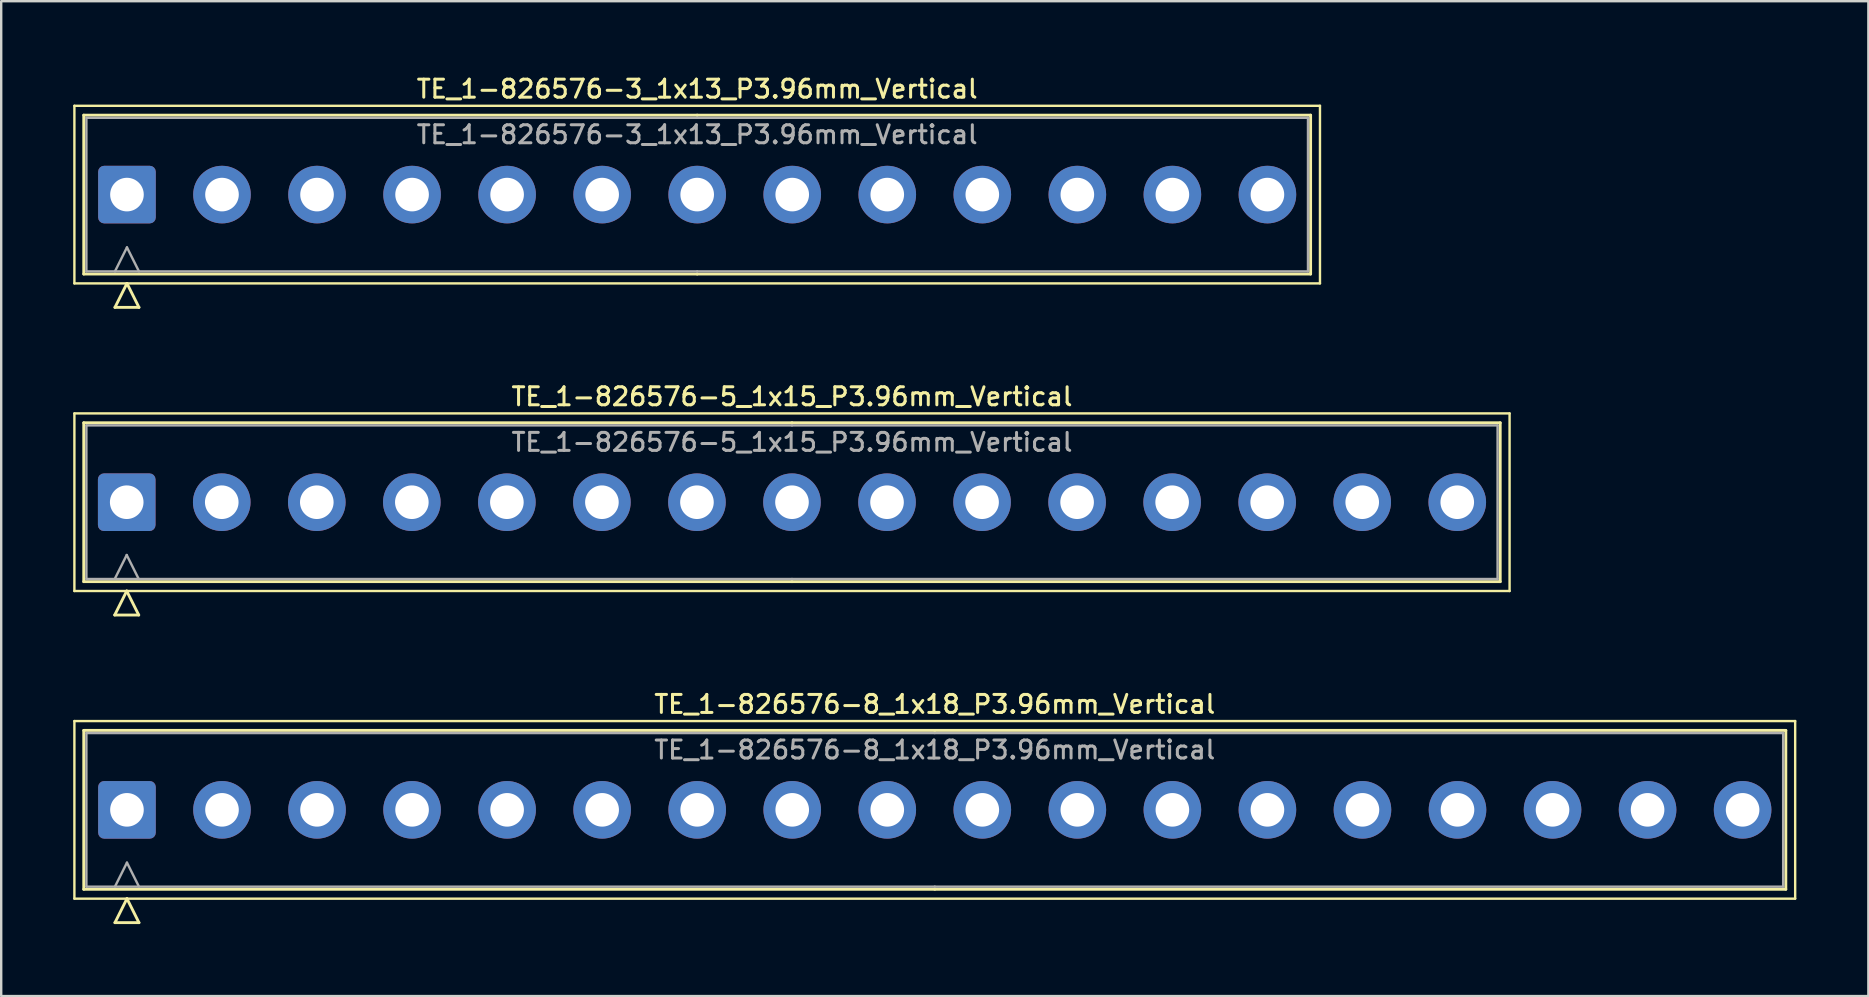
<source format=kicad_pcb>
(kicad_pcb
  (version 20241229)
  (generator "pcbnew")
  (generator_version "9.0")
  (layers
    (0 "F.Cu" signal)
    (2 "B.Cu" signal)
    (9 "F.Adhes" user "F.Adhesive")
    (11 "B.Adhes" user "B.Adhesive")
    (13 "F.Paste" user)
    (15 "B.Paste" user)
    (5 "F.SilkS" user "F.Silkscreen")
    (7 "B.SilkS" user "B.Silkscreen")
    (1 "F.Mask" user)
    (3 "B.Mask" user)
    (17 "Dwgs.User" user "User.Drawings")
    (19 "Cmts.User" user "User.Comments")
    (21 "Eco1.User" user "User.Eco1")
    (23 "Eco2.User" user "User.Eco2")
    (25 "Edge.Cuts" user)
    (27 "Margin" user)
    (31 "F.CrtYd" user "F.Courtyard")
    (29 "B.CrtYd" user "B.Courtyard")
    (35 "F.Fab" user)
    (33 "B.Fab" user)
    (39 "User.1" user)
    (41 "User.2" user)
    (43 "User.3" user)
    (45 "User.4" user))
  (footprint "TE_1-826576-3_1x13_P3.96mm_Vertical"
    (layer "F.Cu")
    (at 2.24 5.058)
    (property "Reference" "TE_1-826576-3_1x13_P3.96mm_Vertical" (at 23.76 -4.4 0) (layer "F.SilkS") (effects (font (size 0.75 0.75) (thickness 0.125))))
    (attr through_hole)
    (fp_line (start -2.19 -3.7) (end -2.19 3.7) (stroke (width 0.1) (type solid)) (layer "F.SilkS"))
    (fp_line (start -2.19 3.7) (end 49.71 3.7) (stroke (width 0.1) (type solid)) (layer "F.SilkS"))
    (fp_line (start -1.8 -3.31) (end -1.8 3.31) (stroke (width 0.12) (type solid)) (layer "F.SilkS"))
    (fp_line (start -1.8 3.31) (end 23.76 3.31) (stroke (width 0.12) (type solid)) (layer "F.SilkS"))
    (fp_line (start -0.5 4.7) (end 0 3.7) (stroke (width 0.12) (type solid)) (layer "F.SilkS"))
    (fp_line (start 0 3.7) (end 0.5 4.7) (stroke (width 0.12) (type solid)) (layer "F.SilkS"))
    (fp_line (start 0.5 4.7) (end -0.5 4.7) (stroke (width 0.12) (type solid)) (layer "F.SilkS"))
    (fp_line (start 23.76 -3.31) (end -1.8 -3.31) (stroke (width 0.12) (type solid)) (layer "F.SilkS"))
    (fp_line (start 23.76 -3.31) (end 49.32 -3.31) (stroke (width 0.12) (type solid)) (layer "F.SilkS"))
    (fp_line (start 49.32 -3.31) (end 49.32 3.31) (stroke (width 0.12) (type solid)) (layer "F.SilkS"))
    (fp_line (start 49.32 3.31) (end 23.76 3.31) (stroke (width 0.12) (type solid)) (layer "F.SilkS"))
    (fp_line (start 49.71 -3.7) (end -2.19 -3.7) (stroke (width 0.1) (type solid)) (layer "F.SilkS"))
    (fp_line (start 49.71 3.7) (end 49.71 -3.7) (stroke (width 0.1) (type solid)) (layer "F.SilkS"))
    (fp_line (start -1.69 -3.2) (end -1.69 3.2) (stroke (width 0.1) (type solid)) (layer "F.Fab"))
    (fp_line (start -1.69 3.2) (end 23.76 3.2) (stroke (width 0.1) (type solid)) (layer "F.Fab"))
    (fp_line (start -0.5 3.2) (end 0 2.2) (stroke (width 0.1) (type solid)) (layer "F.Fab"))
    (fp_line (start 0 2.2) (end 0.5 3.2) (stroke (width 0.1) (type solid)) (layer "F.Fab"))
    (fp_line (start 23.76 -3.2) (end -1.69 -3.2) (stroke (width 0.1) (type solid)) (layer "F.Fab"))
    (fp_line (start 23.76 -3.2) (end 49.21 -3.2) (stroke (width 0.1) (type solid)) (layer "F.Fab"))
    (fp_line (start 49.21 -3.2) (end 49.21 3.2) (stroke (width 0.1) (type solid)) (layer "F.Fab"))
    (fp_line (start 49.21 3.2) (end 23.76 3.2) (stroke (width 0.1) (type solid)) (layer "F.Fab"))
    (fp_text user "${REFERENCE}" (at 23.76 -2.5 0) (layer "F.Fab") (effects (font (size 0.75 0.75) (thickness 0.125))))
    (pad "1" thru_hole roundrect (at 0 0) (size 2.4 2.4) (drill 1.4) (layers "*.Cu" "*.Mask") (roundrect_rratio 0.104))
    (pad "2" thru_hole circle (at 3.96 0) (size 2.4 2.4) (drill 1.4) (layers "*.Cu" "*.Mask"))
    (pad "3" thru_hole circle (at 7.92 0) (size 2.4 2.4) (drill 1.4) (layers "*.Cu" "*.Mask"))
    (pad "4" thru_hole circle (at 11.88 0) (size 2.4 2.4) (drill 1.4) (layers "*.Cu" "*.Mask"))
    (pad "5" thru_hole circle (at 15.84 0) (size 2.4 2.4) (drill 1.4) (layers "*.Cu" "*.Mask"))
    (pad "6" thru_hole circle (at 19.8 0) (size 2.4 2.4) (drill 1.4) (layers "*.Cu" "*.Mask"))
    (pad "7" thru_hole circle (at 23.76 0) (size 2.4 2.4) (drill 1.4) (layers "*.Cu" "*.Mask"))
    (pad "8" thru_hole circle (at 27.72 0) (size 2.4 2.4) (drill 1.4) (layers "*.Cu" "*.Mask"))
    (pad "9" thru_hole circle (at 31.68 0) (size 2.4 2.4) (drill 1.4) (layers "*.Cu" "*.Mask"))
    (pad "10" thru_hole circle (at 35.64 0) (size 2.4 2.4) (drill 1.4) (layers "*.Cu" "*.Mask"))
    (pad "11" thru_hole circle (at 39.6 0) (size 2.4 2.4) (drill 1.4) (layers "*.Cu" "*.Mask"))
    (pad "12" thru_hole circle (at 43.56 0) (size 2.4 2.4) (drill 1.4) (layers "*.Cu" "*.Mask"))
    (pad "13" thru_hole circle (at 47.52 0) (size 2.4 2.4) (drill 1.4) (layers "*.Cu" "*.Mask")))
  (footprint "TE_1-826576-8_1x18_P3.96mm_Vertical"
    (layer "F.Cu")
    (at 2.24 30.694)
    (property "Reference" "TE_1-826576-8_1x18_P3.96mm_Vertical" (at 33.66 -4.4 0) (layer "F.SilkS") (effects (font (size 0.75 0.75) (thickness 0.125))))
    (attr through_hole)
    (fp_line (start -2.19 -3.7) (end -2.19 3.7) (stroke (width 0.1) (type solid)) (layer "F.SilkS"))
    (fp_line (start -2.19 3.7) (end 69.51 3.7) (stroke (width 0.1) (type solid)) (layer "F.SilkS"))
    (fp_line (start -1.8 -3.31) (end -1.8 3.31) (stroke (width 0.12) (type solid)) (layer "F.SilkS"))
    (fp_line (start -1.8 3.31) (end 33.66 3.31) (stroke (width 0.12) (type solid)) (layer "F.SilkS"))
    (fp_line (start -0.5 4.7) (end 0 3.7) (stroke (width 0.12) (type solid)) (layer "F.SilkS"))
    (fp_line (start 0 3.7) (end 0.5 4.7) (stroke (width 0.12) (type solid)) (layer "F.SilkS"))
    (fp_line (start 0.5 4.7) (end -0.5 4.7) (stroke (width 0.12) (type solid)) (layer "F.SilkS"))
    (fp_line (start 33.66 -3.31) (end -1.8 -3.31) (stroke (width 0.12) (type solid)) (layer "F.SilkS"))
    (fp_line (start 33.66 -3.31) (end 69.12 -3.31) (stroke (width 0.12) (type solid)) (layer "F.SilkS"))
    (fp_line (start 69.12 -3.31) (end 69.12 3.31) (stroke (width 0.12) (type solid)) (layer "F.SilkS"))
    (fp_line (start 69.12 3.31) (end 33.66 3.31) (stroke (width 0.12) (type solid)) (layer "F.SilkS"))
    (fp_line (start 69.51 -3.7) (end -2.19 -3.7) (stroke (width 0.1) (type solid)) (layer "F.SilkS"))
    (fp_line (start 69.51 3.7) (end 69.51 -3.7) (stroke (width 0.1) (type solid)) (layer "F.SilkS"))
    (fp_line (start -1.69 -3.2) (end -1.69 3.2) (stroke (width 0.1) (type solid)) (layer "F.Fab"))
    (fp_line (start -1.69 3.2) (end 33.66 3.2) (stroke (width 0.1) (type solid)) (layer "F.Fab"))
    (fp_line (start -0.5 3.2) (end 0 2.2) (stroke (width 0.1) (type solid)) (layer "F.Fab"))
    (fp_line (start 0 2.2) (end 0.5 3.2) (stroke (width 0.1) (type solid)) (layer "F.Fab"))
    (fp_line (start 33.66 -3.2) (end -1.69 -3.2) (stroke (width 0.1) (type solid)) (layer "F.Fab"))
    (fp_line (start 33.66 -3.2) (end 69.01 -3.2) (stroke (width 0.1) (type solid)) (layer "F.Fab"))
    (fp_line (start 69.01 -3.2) (end 69.01 3.2) (stroke (width 0.1) (type solid)) (layer "F.Fab"))
    (fp_line (start 69.01 3.2) (end 33.66 3.2) (stroke (width 0.1) (type solid)) (layer "F.Fab"))
    (fp_text user "${REFERENCE}" (at 33.66 -2.5 0) (layer "F.Fab") (effects (font (size 0.75 0.75) (thickness 0.125))))
    (pad "1" thru_hole roundrect (at 0 0) (size 2.4 2.4) (drill 1.4) (layers "*.Cu" "*.Mask") (roundrect_rratio 0.104))
    (pad "2" thru_hole circle (at 3.96 0) (size 2.4 2.4) (drill 1.4) (layers "*.Cu" "*.Mask"))
    (pad "3" thru_hole circle (at 7.92 0) (size 2.4 2.4) (drill 1.4) (layers "*.Cu" "*.Mask"))
    (pad "4" thru_hole circle (at 11.88 0) (size 2.4 2.4) (drill 1.4) (layers "*.Cu" "*.Mask"))
    (pad "5" thru_hole circle (at 15.84 0) (size 2.4 2.4) (drill 1.4) (layers "*.Cu" "*.Mask"))
    (pad "6" thru_hole circle (at 19.8 0) (size 2.4 2.4) (drill 1.4) (layers "*.Cu" "*.Mask"))
    (pad "7" thru_hole circle (at 23.76 0) (size 2.4 2.4) (drill 1.4) (layers "*.Cu" "*.Mask"))
    (pad "8" thru_hole circle (at 27.72 0) (size 2.4 2.4) (drill 1.4) (layers "*.Cu" "*.Mask"))
    (pad "9" thru_hole circle (at 31.68 0) (size 2.4 2.4) (drill 1.4) (layers "*.Cu" "*.Mask"))
    (pad "10" thru_hole circle (at 35.64 0) (size 2.4 2.4) (drill 1.4) (layers "*.Cu" "*.Mask"))
    (pad "11" thru_hole circle (at 39.6 0) (size 2.4 2.4) (drill 1.4) (layers "*.Cu" "*.Mask"))
    (pad "12" thru_hole circle (at 43.56 0) (size 2.4 2.4) (drill 1.4) (layers "*.Cu" "*.Mask"))
    (pad "13" thru_hole circle (at 47.52 0) (size 2.4 2.4) (drill 1.4) (layers "*.Cu" "*.Mask"))
    (pad "14" thru_hole circle (at 51.48 0) (size 2.4 2.4) (drill 1.4) (layers "*.Cu" "*.Mask"))
    (pad "15" thru_hole circle (at 55.44 0) (size 2.4 2.4) (drill 1.4) (layers "*.Cu" "*.Mask"))
    (pad "16" thru_hole circle (at 59.4 0) (size 2.4 2.4) (drill 1.4) (layers "*.Cu" "*.Mask"))
    (pad "17" thru_hole circle (at 63.36 0) (size 2.4 2.4) (drill 1.4) (layers "*.Cu" "*.Mask"))
    (pad "18" thru_hole circle (at 67.32 0) (size 2.4 2.4) (drill 1.4) (layers "*.Cu" "*.Mask")))
  (footprint "TE_1-826576-5_1x15_P3.96mm_Vertical"
    (layer "F.Cu")
    (at 2.23 17.876)
    (property "Reference" "TE_1-826576-5_1x15_P3.96mm_Vertical" (at 27.72 -4.4 0) (layer "F.SilkS") (effects (font (size 0.75 0.75) (thickness 0.125))))
    (attr through_hole)
    (fp_line (start -2.18 -3.7) (end -2.18 3.7) (stroke (width 0.1) (type solid)) (layer "F.SilkS"))
    (fp_line (start -2.18 3.7) (end 57.62 3.7) (stroke (width 0.1) (type solid)) (layer "F.SilkS"))
    (fp_line (start -1.79 -3.31) (end -1.79 3.31) (stroke (width 0.12) (type solid)) (layer "F.SilkS"))
    (fp_line (start -1.79 3.31) (end 27.72 3.31) (stroke (width 0.12) (type solid)) (layer "F.SilkS"))
    (fp_line (start -0.5 4.7) (end 0 3.7) (stroke (width 0.12) (type solid)) (layer "F.SilkS"))
    (fp_line (start 0 3.7) (end 0.5 4.7) (stroke (width 0.12) (type solid)) (layer "F.SilkS"))
    (fp_line (start 0.5 4.7) (end -0.5 4.7) (stroke (width 0.12) (type solid)) (layer "F.SilkS"))
    (fp_line (start 27.72 -3.31) (end -1.79 -3.31) (stroke (width 0.12) (type solid)) (layer "F.SilkS"))
    (fp_line (start 27.72 -3.31) (end 57.23 -3.31) (stroke (width 0.12) (type solid)) (layer "F.SilkS"))
    (fp_line (start 57.23 -3.31) (end 57.23 3.31) (stroke (width 0.12) (type solid)) (layer "F.SilkS"))
    (fp_line (start 57.23 3.31) (end 27.72 3.31) (stroke (width 0.12) (type solid)) (layer "F.SilkS"))
    (fp_line (start 57.62 -3.7) (end -2.18 -3.7) (stroke (width 0.1) (type solid)) (layer "F.SilkS"))
    (fp_line (start 57.62 3.7) (end 57.62 -3.7) (stroke (width 0.1) (type solid)) (layer "F.SilkS"))
    (fp_line (start -1.68 -3.2) (end -1.68 3.2) (stroke (width 0.1) (type solid)) (layer "F.Fab"))
    (fp_line (start -1.68 3.2) (end 27.72 3.2) (stroke (width 0.1) (type solid)) (layer "F.Fab"))
    (fp_line (start -0.5 3.2) (end 0 2.2) (stroke (width 0.1) (type solid)) (layer "F.Fab"))
    (fp_line (start 0 2.2) (end 0.5 3.2) (stroke (width 0.1) (type solid)) (layer "F.Fab"))
    (fp_line (start 27.72 -3.2) (end -1.68 -3.2) (stroke (width 0.1) (type solid)) (layer "F.Fab"))
    (fp_line (start 27.72 -3.2) (end 57.12 -3.2) (stroke (width 0.1) (type solid)) (layer "F.Fab"))
    (fp_line (start 57.12 -3.2) (end 57.12 3.2) (stroke (width 0.1) (type solid)) (layer "F.Fab"))
    (fp_line (start 57.12 3.2) (end 27.72 3.2) (stroke (width 0.1) (type solid)) (layer "F.Fab"))
    (fp_text user "${REFERENCE}" (at 27.72 -2.5 0) (layer "F.Fab") (effects (font (size 0.75 0.75) (thickness 0.125))))
    (pad "1" thru_hole roundrect (at 0 0) (size 2.4 2.4) (drill 1.4) (layers "*.Cu" "*.Mask") (roundrect_rratio 0.104))
    (pad "2" thru_hole circle (at 3.96 0) (size 2.4 2.4) (drill 1.4) (layers "*.Cu" "*.Mask"))
    (pad "3" thru_hole circle (at 7.92 0) (size 2.4 2.4) (drill 1.4) (layers "*.Cu" "*.Mask"))
    (pad "4" thru_hole circle (at 11.88 0) (size 2.4 2.4) (drill 1.4) (layers "*.Cu" "*.Mask"))
    (pad "5" thru_hole circle (at 15.84 0) (size 2.4 2.4) (drill 1.4) (layers "*.Cu" "*.Mask"))
    (pad "6" thru_hole circle (at 19.8 0) (size 2.4 2.4) (drill 1.4) (layers "*.Cu" "*.Mask"))
    (pad "7" thru_hole circle (at 23.76 0) (size 2.4 2.4) (drill 1.4) (layers "*.Cu" "*.Mask"))
    (pad "8" thru_hole circle (at 27.72 0) (size 2.4 2.4) (drill 1.4) (layers "*.Cu" "*.Mask"))
    (pad "9" thru_hole circle (at 31.68 0) (size 2.4 2.4) (drill 1.4) (layers "*.Cu" "*.Mask"))
    (pad "10" thru_hole circle (at 35.64 0) (size 2.4 2.4) (drill 1.4) (layers "*.Cu" "*.Mask"))
    (pad "11" thru_hole circle (at 39.6 0) (size 2.4 2.4) (drill 1.4) (layers "*.Cu" "*.Mask"))
    (pad "12" thru_hole circle (at 43.56 0) (size 2.4 2.4) (drill 1.4) (layers "*.Cu" "*.Mask"))
    (pad "13" thru_hole circle (at 47.52 0) (size 2.4 2.4) (drill 1.4) (layers "*.Cu" "*.Mask"))
    (pad "14" thru_hole circle (at 51.48 0) (size 2.4 2.4) (drill 1.4) (layers "*.Cu" "*.Mask"))
    (pad "15" thru_hole circle (at 55.44 0) (size 2.4 2.4) (drill 1.4) (layers "*.Cu" "*.Mask")))
  (gr_rect
    (start -3 -3)
    (end 74.8 38.454)
    (stroke (width 0.1) (type default))
    (fill no)
    (layer "Edge.Cuts")))
</source>
